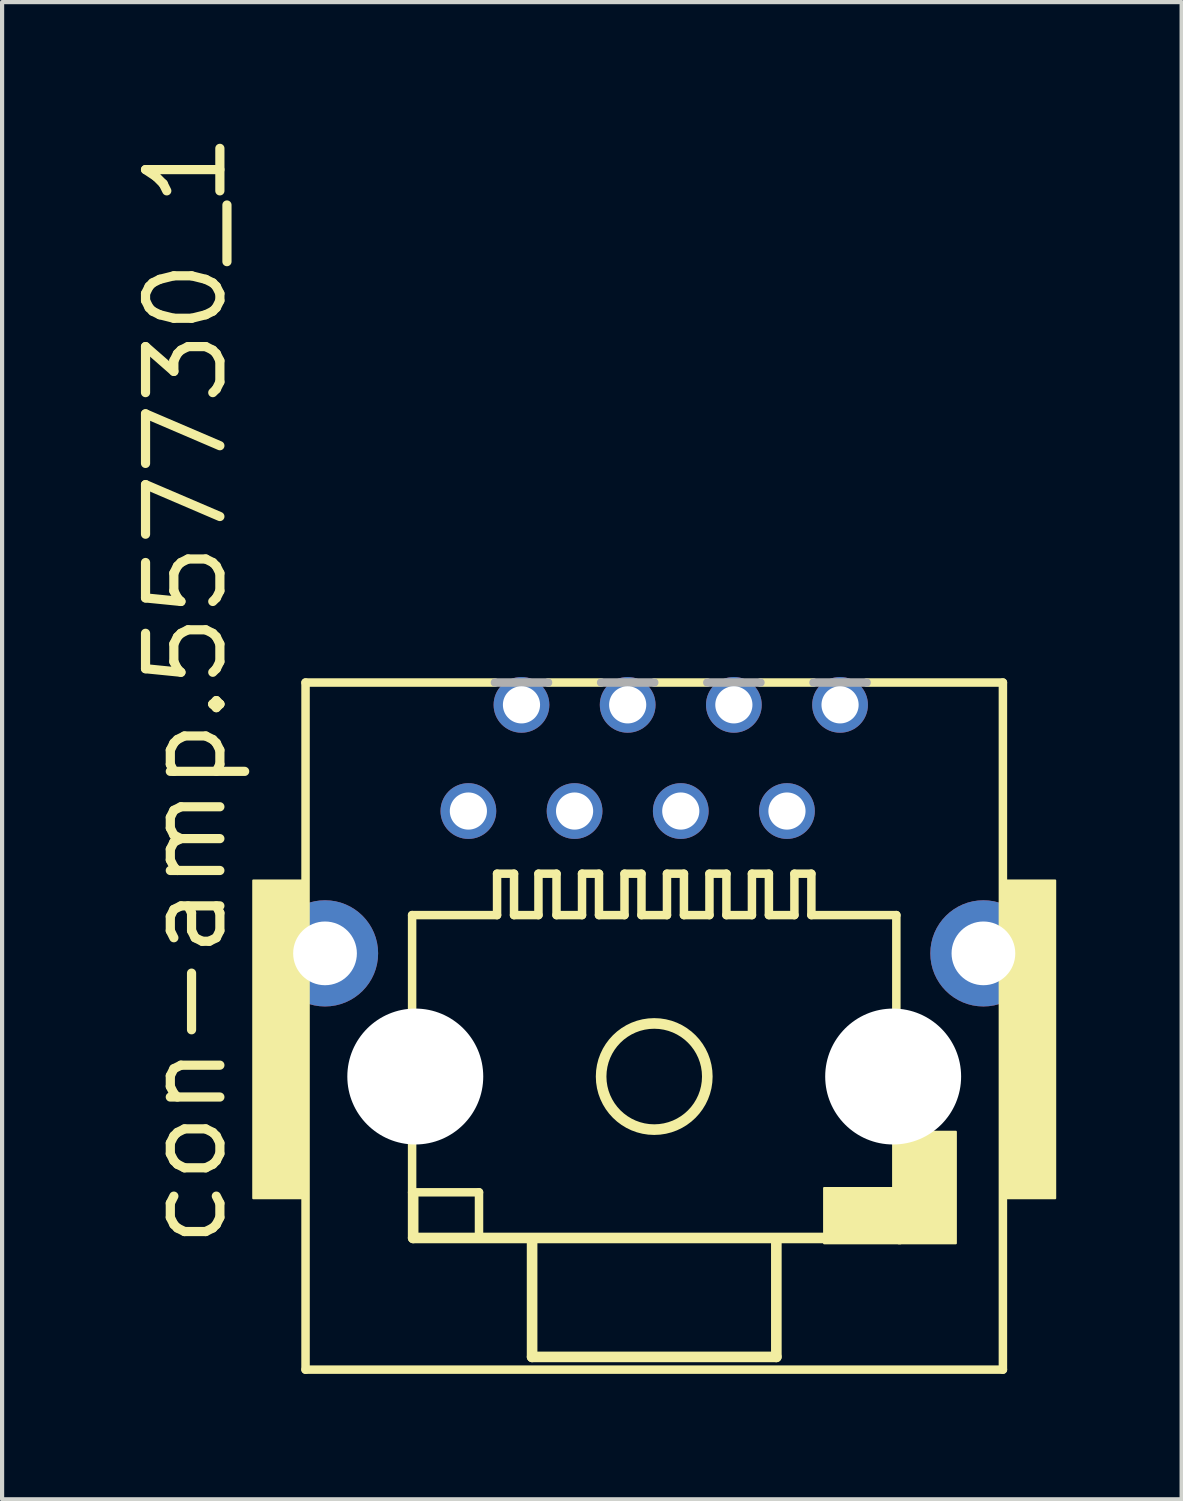
<source format=kicad_pcb>
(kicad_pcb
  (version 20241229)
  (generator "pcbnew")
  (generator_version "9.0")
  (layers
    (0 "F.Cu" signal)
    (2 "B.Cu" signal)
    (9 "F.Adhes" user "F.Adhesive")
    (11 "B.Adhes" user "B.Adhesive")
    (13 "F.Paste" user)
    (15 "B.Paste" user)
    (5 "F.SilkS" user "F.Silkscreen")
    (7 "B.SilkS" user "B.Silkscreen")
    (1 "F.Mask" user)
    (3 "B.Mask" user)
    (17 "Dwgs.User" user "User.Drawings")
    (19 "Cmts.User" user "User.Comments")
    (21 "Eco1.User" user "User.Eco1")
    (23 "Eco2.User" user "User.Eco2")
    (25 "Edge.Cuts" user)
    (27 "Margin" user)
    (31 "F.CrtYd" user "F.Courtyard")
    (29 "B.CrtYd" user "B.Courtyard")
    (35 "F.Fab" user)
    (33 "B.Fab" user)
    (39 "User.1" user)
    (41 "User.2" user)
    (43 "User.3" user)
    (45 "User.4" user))
  (footprint "con-amp.557730_1"
    (layer "F.Cu")
    (at 12.598 22.699)
    (property "Reference" "con-amp.557730_1" (at -10.16 4.191 90) (layer "F.SilkS") (effects (font (size 1.778 1.778) (thickness 0.22)) (justify left bottom)))
    (attr through_hole)
    (fp_line (start -8.34 -9.424) (end -8.34 7.011) (stroke (width 0.203) (type default)) (layer "F.SilkS"))
    (fp_line (start -8.34 7.011) (end 8.34 7.011) (stroke (width 0.203) (type default)) (layer "F.SilkS"))
    (fp_line (start -5.791 -3.861) (end -5.791 2.769) (stroke (width 0.203) (type default)) (layer "F.SilkS"))
    (fp_line (start -5.791 2.769) (end -4.191 2.769) (stroke (width 0.203) (type default)) (layer "F.SilkS"))
    (fp_line (start -5.766 3.861) (end -5.766 2.794) (stroke (width 0.254) (type default)) (layer "F.SilkS"))
    (fp_line (start -4.191 2.769) (end -4.191 3.861) (stroke (width 0.203) (type default)) (layer "F.SilkS"))
    (fp_line (start -3.81 -9.424) (end -8.34 -9.424) (stroke (width 0.203) (type default)) (layer "F.SilkS"))
    (fp_line (start -3.759 -4.851) (end -3.759 -3.861) (stroke (width 0.203) (type default)) (layer "F.SilkS"))
    (fp_line (start -3.759 -4.851) (end -3.353 -4.851) (stroke (width 0.203) (type default)) (layer "F.SilkS"))
    (fp_line (start -3.759 -3.861) (end -5.791 -3.861) (stroke (width 0.203) (type default)) (layer "F.SilkS"))
    (fp_line (start -3.353 -4.851) (end -3.353 -3.861) (stroke (width 0.203) (type default)) (layer "F.SilkS"))
    (fp_line (start -2.921 3.912) (end -2.921 6.706) (stroke (width 0.254) (type default)) (layer "F.SilkS"))
    (fp_line (start -2.921 6.706) (end 2.921 6.706) (stroke (width 0.254) (type default)) (layer "F.SilkS"))
    (fp_line (start -2.769 -4.851) (end -2.769 -3.861) (stroke (width 0.203) (type default)) (layer "F.SilkS"))
    (fp_line (start -2.769 -4.851) (end -2.337 -4.851) (stroke (width 0.203) (type default)) (layer "F.SilkS"))
    (fp_line (start -2.769 -3.861) (end -3.353 -3.861) (stroke (width 0.203) (type default)) (layer "F.SilkS"))
    (fp_line (start -2.337 -4.851) (end -2.337 -3.861) (stroke (width 0.203) (type default)) (layer "F.SilkS"))
    (fp_line (start -1.727 -4.851) (end -1.727 -3.861) (stroke (width 0.203) (type default)) (layer "F.SilkS"))
    (fp_line (start -1.727 -4.851) (end -1.321 -4.851) (stroke (width 0.203) (type default)) (layer "F.SilkS"))
    (fp_line (start -1.727 -3.861) (end -2.337 -3.861) (stroke (width 0.203) (type default)) (layer "F.SilkS"))
    (fp_line (start -1.321 -4.851) (end -1.321 -3.861) (stroke (width 0.203) (type default)) (layer "F.SilkS"))
    (fp_line (start -1.27 -9.424) (end -2.54 -9.424) (stroke (width 0.203) (type default)) (layer "F.SilkS"))
    (fp_line (start -0.711 -4.851) (end -0.711 -3.861) (stroke (width 0.203) (type default)) (layer "F.SilkS"))
    (fp_line (start -0.711 -4.851) (end -0.305 -4.851) (stroke (width 0.203) (type default)) (layer "F.SilkS"))
    (fp_line (start -0.711 -3.861) (end -1.321 -3.861) (stroke (width 0.203) (type default)) (layer "F.SilkS"))
    (fp_line (start -0.305 -4.851) (end -0.305 -3.861) (stroke (width 0.203) (type default)) (layer "F.SilkS"))
    (fp_line (start 0.305 -4.851) (end 0.305 -3.861) (stroke (width 0.203) (type default)) (layer "F.SilkS"))
    (fp_line (start 0.305 -4.851) (end 0.711 -4.851) (stroke (width 0.203) (type default)) (layer "F.SilkS"))
    (fp_line (start 0.305 -3.861) (end -0.305 -3.861) (stroke (width 0.203) (type default)) (layer "F.SilkS"))
    (fp_line (start 0.711 -4.851) (end 0.711 -3.861) (stroke (width 0.203) (type default)) (layer "F.SilkS"))
    (fp_line (start 1.27 -9.424) (end 0 -9.424) (stroke (width 0.203) (type default)) (layer "F.SilkS"))
    (fp_line (start 1.321 -4.851) (end 1.321 -3.861) (stroke (width 0.203) (type default)) (layer "F.SilkS"))
    (fp_line (start 1.321 -4.851) (end 1.727 -4.851) (stroke (width 0.203) (type default)) (layer "F.SilkS"))
    (fp_line (start 1.321 -3.861) (end 0.711 -3.861) (stroke (width 0.203) (type default)) (layer "F.SilkS"))
    (fp_line (start 1.727 -4.851) (end 1.727 -3.861) (stroke (width 0.203) (type default)) (layer "F.SilkS"))
    (fp_line (start 2.337 -4.851) (end 2.337 -3.861) (stroke (width 0.203) (type default)) (layer "F.SilkS"))
    (fp_line (start 2.337 -4.851) (end 2.743 -4.851) (stroke (width 0.203) (type default)) (layer "F.SilkS"))
    (fp_line (start 2.337 -3.861) (end 1.727 -3.861) (stroke (width 0.203) (type default)) (layer "F.SilkS"))
    (fp_line (start 2.743 -4.851) (end 2.743 -3.861) (stroke (width 0.203) (type default)) (layer "F.SilkS"))
    (fp_line (start 2.921 6.706) (end 2.921 3.912) (stroke (width 0.254) (type default)) (layer "F.SilkS"))
    (fp_line (start 3.353 -4.851) (end 3.353 -3.861) (stroke (width 0.203) (type default)) (layer "F.SilkS"))
    (fp_line (start 3.353 -4.851) (end 3.759 -4.851) (stroke (width 0.203) (type default)) (layer "F.SilkS"))
    (fp_line (start 3.353 -3.861) (end 2.743 -3.861) (stroke (width 0.203) (type default)) (layer "F.SilkS"))
    (fp_line (start 3.759 -4.851) (end 3.759 -3.861) (stroke (width 0.203) (type default)) (layer "F.SilkS"))
    (fp_line (start 3.81 -9.424) (end 2.54 -9.424) (stroke (width 0.203) (type default)) (layer "F.SilkS"))
    (fp_line (start 5.766 2.819) (end 5.766 3.861) (stroke (width 0.254) (type default)) (layer "F.SilkS"))
    (fp_line (start 5.766 3.861) (end -5.766 3.861) (stroke (width 0.254) (type default)) (layer "F.SilkS"))
    (fp_line (start 5.791 -3.861) (end 3.759 -3.861) (stroke (width 0.203) (type default)) (layer "F.SilkS"))
    (fp_line (start 5.791 -3.861) (end 5.791 2.769) (stroke (width 0.203) (type default)) (layer "F.SilkS"))
    (fp_line (start 8.34 -9.424) (end 5.08 -9.424) (stroke (width 0.203) (type default)) (layer "F.SilkS"))
    (fp_line (start 8.34 7.011) (end 8.34 -9.424) (stroke (width 0.203) (type default)) (layer "F.SilkS"))
    (fp_rect (start -9.59 2.911) (end -8.29 -4.689) (stroke (width 0.05) (type default)) (fill yes) (layer "F.SilkS"))
    (fp_rect (start 4.064 3.988) (end 5.893 2.667) (stroke (width 0.05) (type default)) (fill yes) (layer "F.SilkS"))
    (fp_rect (start 5.842 3.988) (end 7.214 1.321) (stroke (width 0.05) (type default)) (fill yes) (layer "F.SilkS"))
    (fp_rect (start 8.29 2.911) (end 9.59 -4.689) (stroke (width 0.05) (type default)) (fill yes) (layer "F.SilkS"))
    (fp_circle (center 0 0) (end 1.27 0) (stroke (width 0.254) (type default)) (fill no) (layer "F.SilkS"))
    (fp_line (start -2.54 -9.424) (end -3.81 -9.424) (stroke (width 0.203) (type default)) (layer "F.Fab"))
    (fp_line (start 0 -9.424) (end -1.27 -9.424) (stroke (width 0.203) (type default)) (layer "F.Fab"))
    (fp_line (start 2.54 -9.424) (end 1.27 -9.424) (stroke (width 0.203) (type default)) (layer "F.Fab"))
    (fp_line (start 5.08 -9.424) (end 3.81 -9.424) (stroke (width 0.203) (type default)) (layer "F.Fab"))
    (pad "" np_thru_hole circle (at -5.715 0) (size 3.251 3.251) (drill 3.251) (layers "*.Cu" "*.Mask"))
    (pad "" np_thru_hole circle (at 5.715 0) (size 3.251 3.251) (drill 3.251) (layers "*.Cu" "*.Mask"))
    (pad "1" thru_hole circle (at -4.445 -6.35) (size 1.333 1.333) (drill 0.889) (layers "*.Cu" "*.Mask"))
    (pad "2" thru_hole circle (at -3.175 -8.89) (size 1.333 1.333) (drill 0.889) (layers "*.Cu" "*.Mask"))
    (pad "3" thru_hole circle (at -1.905 -6.35) (size 1.333 1.333) (drill 0.889) (layers "*.Cu" "*.Mask"))
    (pad "4" thru_hole circle (at -0.635 -8.89) (size 1.333 1.333) (drill 0.889) (layers "*.Cu" "*.Mask"))
    (pad "5" thru_hole circle (at 0.635 -6.35) (size 1.333 1.333) (drill 0.889) (layers "*.Cu" "*.Mask"))
    (pad "6" thru_hole circle (at 1.905 -8.89) (size 1.333 1.333) (drill 0.889) (layers "*.Cu" "*.Mask"))
    (pad "7" thru_hole circle (at 3.175 -6.35) (size 1.333 1.333) (drill 0.889) (layers "*.Cu" "*.Mask"))
    (pad "8" thru_hole circle (at 4.445 -8.89) (size 1.333 1.333) (drill 0.889) (layers "*.Cu" "*.Mask"))
    (pad "G1" thru_hole circle (at -7.874 -2.946) (size 2.54 2.54) (drill 1.524) (layers "*.Cu" "*.Mask"))
    (pad "G2" thru_hole circle (at 7.874 -2.946) (size 2.54 2.54) (drill 1.524) (layers "*.Cu" "*.Mask")))
  (gr_rect
    (start -3 -3)
    (end 25.213 32.811)
    (stroke (width 0.1) (type default))
    (fill no)
    (layer "Edge.Cuts")))
</source>
